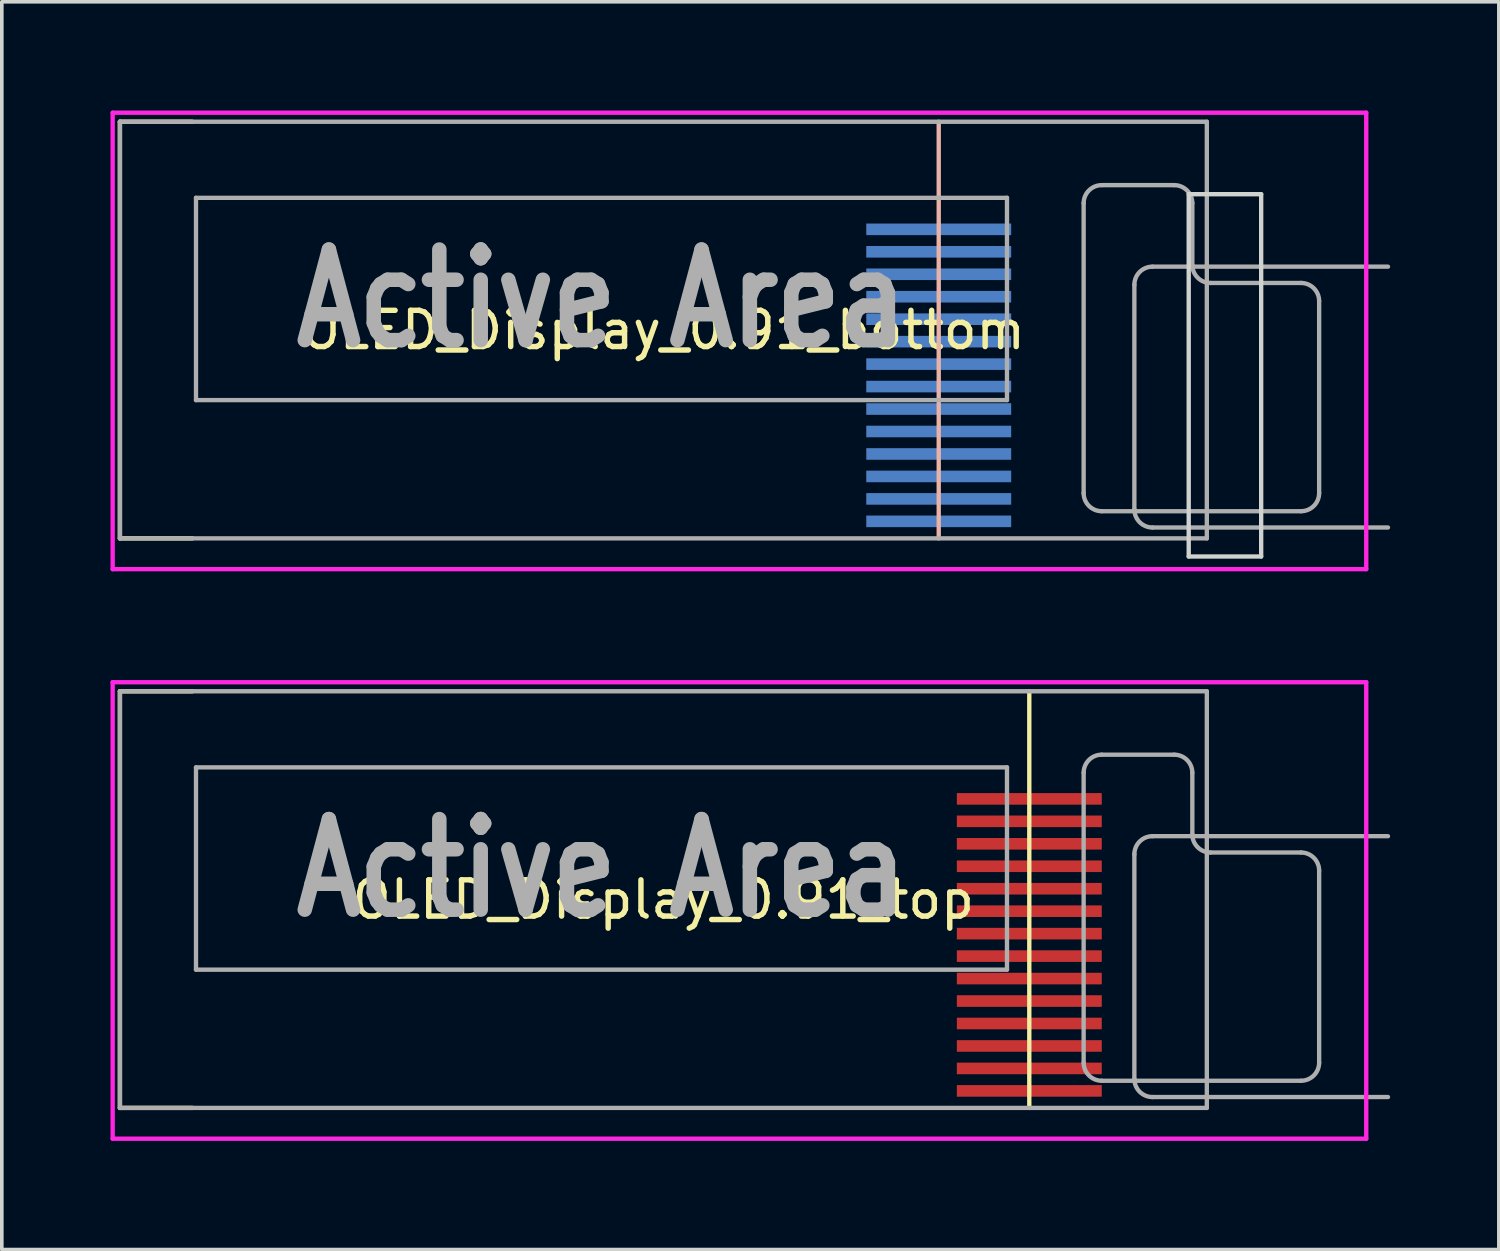
<source format=kicad_pcb>
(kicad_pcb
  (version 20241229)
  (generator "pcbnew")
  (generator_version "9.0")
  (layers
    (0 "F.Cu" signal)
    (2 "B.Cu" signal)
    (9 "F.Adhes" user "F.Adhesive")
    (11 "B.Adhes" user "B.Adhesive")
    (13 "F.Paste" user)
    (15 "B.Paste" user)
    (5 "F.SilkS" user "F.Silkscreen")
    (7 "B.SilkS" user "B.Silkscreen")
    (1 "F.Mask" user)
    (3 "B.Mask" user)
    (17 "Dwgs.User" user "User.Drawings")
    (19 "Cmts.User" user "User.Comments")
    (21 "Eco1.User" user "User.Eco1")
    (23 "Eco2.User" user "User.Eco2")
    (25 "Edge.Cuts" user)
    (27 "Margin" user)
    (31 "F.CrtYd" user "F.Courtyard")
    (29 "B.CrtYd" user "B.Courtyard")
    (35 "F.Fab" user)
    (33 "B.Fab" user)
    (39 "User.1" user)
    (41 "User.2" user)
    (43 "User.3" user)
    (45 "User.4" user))
  (footprint "OLED_Display_0.91_top"
    (layer "F.Cu")
    (at 15.26 21.78)
    (property "Reference" "OLED_Display_0.91_top" (at 0 0 0) (layer "F.SilkS") (effects (font (size 1 1) (thickness 0.15))))
    (attr smd)
    (fp_line (start -15 -5.75) (end -15 5.75) (stroke (width 0.12) (type solid)) (layer "F.SilkS"))
    (fp_line (start -15 5.75) (end -13 5.75) (stroke (width 0.12) (type solid)) (layer "F.SilkS"))
    (fp_line (start -13 -5.75) (end -15 -5.75) (stroke (width 0.12) (type solid)) (layer "F.SilkS"))
    (fp_line (start 10.1 -5.75) (end 10.1 5.75) (stroke (width 0.12) (type solid)) (layer "F.SilkS"))
    (fp_line (start -14.5 -5.4) (end 11.4 -5.4) (stroke (width 0.12) (type solid)) (layer "Eco1.User"))
    (fp_line (start -14.5 4.6) (end -14.5 -5.4) (stroke (width 0.12) (type solid)) (layer "Eco1.User"))
    (fp_line (start 11.4 -5.4) (end 11.4 4.6) (stroke (width 0.12) (type solid)) (layer "Eco1.User"))
    (fp_line (start 11.4 4.6) (end -14.5 4.6) (stroke (width 0.12) (type solid)) (layer "Eco1.User"))
    (fp_line (start -15.2 -6) (end 19.4 -6) (stroke (width 0.12) (type solid)) (layer "F.CrtYd"))
    (fp_line (start -15.2 6.6) (end -15.2 -6) (stroke (width 0.12) (type solid)) (layer "F.CrtYd"))
    (fp_line (start 19.4 -6) (end 19.4 6.6) (stroke (width 0.12) (type solid)) (layer "F.CrtYd"))
    (fp_line (start 19.4 6.6) (end -15.2 6.6) (stroke (width 0.12) (type solid)) (layer "F.CrtYd"))
    (fp_line (start -15 -5.75) (end 15 -5.75) (stroke (width 0.12) (type solid)) (layer "F.Fab"))
    (fp_line (start -15 5.75) (end -15 -5.75) (stroke (width 0.12) (type solid)) (layer "F.Fab"))
    (fp_line (start -12.9 -3.65) (end 9.484 -3.65) (stroke (width 0.12) (type solid)) (layer "F.Fab"))
    (fp_line (start -12.9 1.934) (end -12.9 -3.65) (stroke (width 0.12) (type solid)) (layer "F.Fab"))
    (fp_line (start 9.484 -3.65) (end 9.484 1.934) (stroke (width 0.12) (type solid)) (layer "F.Fab"))
    (fp_line (start 9.484 1.934) (end -12.9 1.934) (stroke (width 0.12) (type solid)) (layer "F.Fab"))
    (fp_line (start 11.6 4.5) (end 11.6 -3.5) (stroke (width 0.12) (type solid)) (layer "F.Fab"))
    (fp_line (start 12.1 -4) (end 14.1 -4) (stroke (width 0.12) (type solid)) (layer "F.Fab"))
    (fp_line (start 13 -1.25) (end 13 4.95) (stroke (width 0.12) (type solid)) (layer "F.Fab"))
    (fp_line (start 13.5 5.45) (end 20 5.45) (stroke (width 0.12) (type solid)) (layer "F.Fab"))
    (fp_line (start 14.6 -3.5) (end 14.6 -1.8) (stroke (width 0.12) (type solid)) (layer "F.Fab"))
    (fp_line (start 15 -5.75) (end 15 5.75) (stroke (width 0.12) (type solid)) (layer "F.Fab"))
    (fp_line (start 15 5.75) (end -15 5.75) (stroke (width 0.12) (type solid)) (layer "F.Fab"))
    (fp_line (start 15.1 -1.3) (end 17.6 -1.3) (stroke (width 0.12) (type solid)) (layer "F.Fab"))
    (fp_line (start 17.6 5) (end 12.1 5) (stroke (width 0.12) (type solid)) (layer "F.Fab"))
    (fp_line (start 18.1 -0.8) (end 18.1 4.5) (stroke (width 0.12) (type solid)) (layer "F.Fab"))
    (fp_line (start 20 -1.75) (end 13.5 -1.75) (stroke (width 0.12) (type solid)) (layer "F.Fab"))
    (fp_arc (start 11.6 -3.5) (mid 11.746447 -3.853553) (end 12.1 -4) (stroke (width 0.12) (type solid)) (layer "F.Fab"))
    (fp_arc (start 12.1 5) (mid 11.746447 4.853553) (end 11.6 4.5) (stroke (width 0.12) (type solid)) (layer "F.Fab"))
    (fp_arc (start 13 -1.25) (mid 13.146447 -1.603553) (end 13.5 -1.75) (stroke (width 0.12) (type solid)) (layer "F.Fab"))
    (fp_arc (start 13.5 5.45) (mid 13.146447 5.303553) (end 13 4.95) (stroke (width 0.12) (type solid)) (layer "F.Fab"))
    (fp_arc (start 14.1 -4) (mid 14.453553 -3.853553) (end 14.6 -3.5) (stroke (width 0.12) (type solid)) (layer "F.Fab"))
    (fp_arc (start 15.1 -1.3) (mid 14.746447 -1.446447) (end 14.6 -1.8) (stroke (width 0.12) (type solid)) (layer "F.Fab"))
    (fp_arc (start 17.6 -1.3) (mid 17.953553 -1.153553) (end 18.1 -0.8) (stroke (width 0.12) (type solid)) (layer "F.Fab"))
    (fp_arc (start 18.1 4.5) (mid 17.953553 4.853553) (end 17.6 5) (stroke (width 0.12) (type solid)) (layer "F.Fab"))
    (fp_text user "Active Area" (at -1.708 -0.858 0) (layer "F.Fab") (effects (font (size 2.5 2) (thickness 0.4))))
    (pad "1" smd rect (at 10.1 5.28) (size 4 0.32) (layers "F.Cu" "F.Mask" "F.Paste"))
    (pad "2" smd rect (at 10.1 4.66) (size 4 0.32) (layers "F.Cu" "F.Mask" "F.Paste"))
    (pad "3" smd rect (at 10.1 4.04) (size 4 0.32) (layers "F.Cu" "F.Mask" "F.Paste"))
    (pad "4" smd rect (at 10.1 3.42) (size 4 0.32) (layers "F.Cu" "F.Mask" "F.Paste"))
    (pad "5" smd rect (at 10.1 2.8) (size 4 0.32) (layers "F.Cu" "F.Mask" "F.Paste"))
    (pad "6" smd rect (at 10.1 2.18) (size 4 0.32) (layers "F.Cu" "F.Mask" "F.Paste"))
    (pad "7" smd rect (at 10.1 1.56) (size 4 0.32) (layers "F.Cu" "F.Mask" "F.Paste"))
    (pad "8" smd rect (at 10.1 0.94) (size 4 0.32) (layers "F.Cu" "F.Mask" "F.Paste"))
    (pad "9" smd rect (at 10.1 0.32) (size 4 0.32) (layers "F.Cu" "F.Mask" "F.Paste"))
    (pad "10" smd rect (at 10.1 -0.3) (size 4 0.32) (layers "F.Cu" "F.Mask" "F.Paste"))
    (pad "11" smd rect (at 10.1 -0.92) (size 4 0.32) (layers "F.Cu" "F.Mask" "F.Paste"))
    (pad "12" smd rect (at 10.1 -1.54) (size 4 0.32) (layers "F.Cu" "F.Mask" "F.Paste"))
    (pad "13" smd rect (at 10.1 -2.16) (size 4 0.32) (layers "F.Cu" "F.Mask" "F.Paste"))
    (pad "14" smd rect (at 10.1 -2.78) (size 4 0.32) (layers "F.Cu" "F.Mask" "F.Paste")))
  (footprint "OLED_Display_0.91_bottom"
    (layer "F.Cu")
    (at 15.26 6.06)
    (property "Reference" "OLED_Display_0.91_bottom" (at 0 0 0) (layer "F.SilkS") (effects (font (size 1 1) (thickness 0.15))))
    (attr smd)
    (fp_line (start -15 -5.75) (end -15 5.75) (stroke (width 0.12) (type solid)) (layer "F.SilkS"))
    (fp_line (start -15 5.75) (end -13 5.75) (stroke (width 0.12) (type solid)) (layer "F.SilkS"))
    (fp_line (start -13 -5.75) (end -15 -5.75) (stroke (width 0.12) (type solid)) (layer "F.SilkS"))
    (fp_line (start 7.6 -5.75) (end 7.6 5.75) (stroke (width 0.12) (type solid)) (layer "B.SilkS"))
    (fp_line (start -14.5 -5.4) (end 11.4 -5.4) (stroke (width 0.12) (type solid)) (layer "Eco1.User"))
    (fp_line (start -14.5 4.6) (end -14.5 -5.4) (stroke (width 0.12) (type solid)) (layer "Eco1.User"))
    (fp_line (start 11.4 -5.4) (end 11.4 4.6) (stroke (width 0.12) (type solid)) (layer "Eco1.User"))
    (fp_line (start 11.4 4.6) (end -14.5 4.6) (stroke (width 0.12) (type solid)) (layer "Eco1.User"))
    (fp_line (start 14.5 -3.75) (end 16.5 -3.75) (stroke (width 0.12) (type solid)) (layer "Edge.Cuts"))
    (fp_line (start 14.5 6.25) (end 14.5 -3.75) (stroke (width 0.12) (type solid)) (layer "Edge.Cuts"))
    (fp_line (start 16.5 -3.75) (end 16.5 6.25) (stroke (width 0.12) (type solid)) (layer "Edge.Cuts"))
    (fp_line (start 16.5 6.25) (end 14.5 6.25) (stroke (width 0.12) (type solid)) (layer "Edge.Cuts"))
    (fp_line (start -15.2 -6) (end 19.4 -6) (stroke (width 0.12) (type solid)) (layer "F.CrtYd"))
    (fp_line (start -15.2 6.6) (end -15.2 -6) (stroke (width 0.12) (type solid)) (layer "F.CrtYd"))
    (fp_line (start 19.4 -6) (end 19.4 6.6) (stroke (width 0.12) (type solid)) (layer "F.CrtYd"))
    (fp_line (start 19.4 6.6) (end -15.2 6.6) (stroke (width 0.12) (type solid)) (layer "F.CrtYd"))
    (fp_line (start -15 -5.75) (end 15 -5.75) (stroke (width 0.12) (type solid)) (layer "F.Fab"))
    (fp_line (start -15 5.75) (end -15 -5.75) (stroke (width 0.12) (type solid)) (layer "F.Fab"))
    (fp_line (start -12.9 -3.65) (end 9.484 -3.65) (stroke (width 0.12) (type solid)) (layer "F.Fab"))
    (fp_line (start -12.9 1.934) (end -12.9 -3.65) (stroke (width 0.12) (type solid)) (layer "F.Fab"))
    (fp_line (start 9.484 -3.65) (end 9.484 1.934) (stroke (width 0.12) (type solid)) (layer "F.Fab"))
    (fp_line (start 9.484 1.934) (end -12.9 1.934) (stroke (width 0.12) (type solid)) (layer "F.Fab"))
    (fp_line (start 11.6 4.5) (end 11.6 -3.5) (stroke (width 0.12) (type solid)) (layer "F.Fab"))
    (fp_line (start 12.1 -4) (end 14.1 -4) (stroke (width 0.12) (type solid)) (layer "F.Fab"))
    (fp_line (start 13 -1.25) (end 13 4.95) (stroke (width 0.12) (type solid)) (layer "F.Fab"))
    (fp_line (start 13.5 5.45) (end 20 5.45) (stroke (width 0.12) (type solid)) (layer "F.Fab"))
    (fp_line (start 14.6 -3.5) (end 14.6 -1.8) (stroke (width 0.12) (type solid)) (layer "F.Fab"))
    (fp_line (start 15 -5.75) (end 15 5.75) (stroke (width 0.12) (type solid)) (layer "F.Fab"))
    (fp_line (start 15 5.75) (end -15 5.75) (stroke (width 0.12) (type solid)) (layer "F.Fab"))
    (fp_line (start 15.1 -1.3) (end 17.6 -1.3) (stroke (width 0.12) (type solid)) (layer "F.Fab"))
    (fp_line (start 17.6 5) (end 12.1 5) (stroke (width 0.12) (type solid)) (layer "F.Fab"))
    (fp_line (start 18.1 -0.8) (end 18.1 4.5) (stroke (width 0.12) (type solid)) (layer "F.Fab"))
    (fp_line (start 20 -1.75) (end 13.5 -1.75) (stroke (width 0.12) (type solid)) (layer "F.Fab"))
    (fp_arc (start 11.6 -3.5) (mid 11.746447 -3.853553) (end 12.1 -4) (stroke (width 0.12) (type solid)) (layer "F.Fab"))
    (fp_arc (start 12.1 5) (mid 11.746447 4.853553) (end 11.6 4.5) (stroke (width 0.12) (type solid)) (layer "F.Fab"))
    (fp_arc (start 13 -1.25) (mid 13.146447 -1.603553) (end 13.5 -1.75) (stroke (width 0.12) (type solid)) (layer "F.Fab"))
    (fp_arc (start 13.5 5.45) (mid 13.146447 5.303553) (end 13 4.95) (stroke (width 0.12) (type solid)) (layer "F.Fab"))
    (fp_arc (start 14.1 -4) (mid 14.453553 -3.853553) (end 14.6 -3.5) (stroke (width 0.12) (type solid)) (layer "F.Fab"))
    (fp_arc (start 15.1 -1.3) (mid 14.746447 -1.446447) (end 14.6 -1.8) (stroke (width 0.12) (type solid)) (layer "F.Fab"))
    (fp_arc (start 17.6 -1.3) (mid 17.953553 -1.153553) (end 18.1 -0.8) (stroke (width 0.12) (type solid)) (layer "F.Fab"))
    (fp_arc (start 18.1 4.5) (mid 17.953553 4.853553) (end 17.6 5) (stroke (width 0.12) (type solid)) (layer "F.Fab"))
    (fp_text user "Active Area" (at -1.708 -0.858 0) (layer "F.Fab") (effects (font (size 2.5 2) (thickness 0.4))))
    (pad "1" smd rect (at 7.6 5.28) (size 4 0.32) (layers "B.Cu" "B.Mask" "B.Paste"))
    (pad "2" smd rect (at 7.6 4.66) (size 4 0.32) (layers "B.Cu" "B.Mask" "B.Paste"))
    (pad "3" smd rect (at 7.6 4.04) (size 4 0.32) (layers "B.Cu" "B.Mask" "B.Paste"))
    (pad "4" smd rect (at 7.6 3.42) (size 4 0.32) (layers "B.Cu" "B.Mask" "B.Paste"))
    (pad "5" smd rect (at 7.6 2.8) (size 4 0.32) (layers "B.Cu" "B.Mask" "B.Paste"))
    (pad "6" smd rect (at 7.6 2.18) (size 4 0.32) (layers "B.Cu" "B.Mask" "B.Paste"))
    (pad "7" smd rect (at 7.6 1.56) (size 4 0.32) (layers "B.Cu" "B.Mask" "B.Paste"))
    (pad "8" smd rect (at 7.6 0.94) (size 4 0.32) (layers "B.Cu" "B.Mask" "B.Paste"))
    (pad "9" smd rect (at 7.6 0.32) (size 4 0.32) (layers "B.Cu" "B.Mask" "B.Paste"))
    (pad "10" smd rect (at 7.6 -0.3) (size 4 0.32) (layers "B.Cu" "B.Mask" "B.Paste"))
    (pad "11" smd rect (at 7.6 -0.92) (size 4 0.32) (layers "B.Cu" "B.Mask" "B.Paste"))
    (pad "12" smd rect (at 7.6 -1.54) (size 4 0.32) (layers "B.Cu" "B.Mask" "B.Paste"))
    (pad "13" smd rect (at 7.6 -2.16) (size 4 0.32) (layers "B.Cu" "B.Mask" "B.Paste"))
    (pad "14" smd rect (at 7.6 -2.78) (size 4 0.32) (layers "B.Cu" "B.Mask" "B.Paste")))
  (gr_rect
    (start -3 -3)
    (end 38.32 31.44)
    (stroke (width 0.1) (type default))
    (fill no)
    (layer "Edge.Cuts")))
</source>
